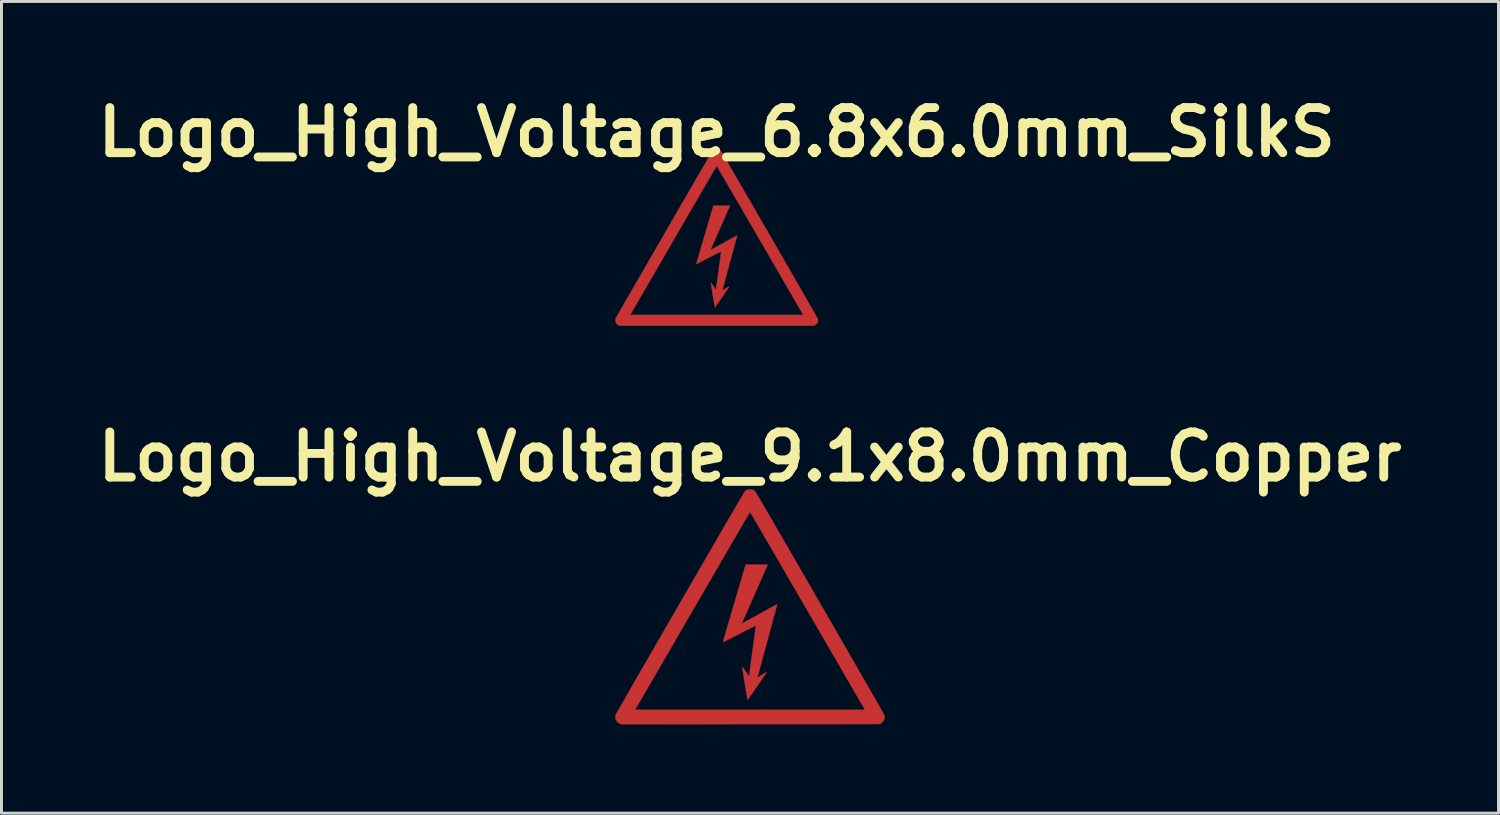
<source format=kicad_pcb>
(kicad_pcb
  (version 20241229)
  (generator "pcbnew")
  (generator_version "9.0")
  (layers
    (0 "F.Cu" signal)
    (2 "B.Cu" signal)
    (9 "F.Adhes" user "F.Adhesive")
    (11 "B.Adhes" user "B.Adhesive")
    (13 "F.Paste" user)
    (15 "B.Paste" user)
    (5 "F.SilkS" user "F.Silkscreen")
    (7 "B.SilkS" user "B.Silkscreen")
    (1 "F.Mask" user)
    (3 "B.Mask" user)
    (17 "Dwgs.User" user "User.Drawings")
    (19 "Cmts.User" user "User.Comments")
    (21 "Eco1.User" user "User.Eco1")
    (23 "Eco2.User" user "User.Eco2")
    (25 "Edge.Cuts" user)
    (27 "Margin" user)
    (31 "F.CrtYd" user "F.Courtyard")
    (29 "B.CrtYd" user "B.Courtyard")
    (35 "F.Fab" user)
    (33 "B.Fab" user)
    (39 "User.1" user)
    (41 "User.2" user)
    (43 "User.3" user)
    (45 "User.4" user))
  (footprint "Logo_High_Voltage_6.8x6.0mm_SilkS"
    (layer "F.Cu")
    (at 21.162 4.974)
    (property "Reference" "Logo_High_Voltage_6.8x6.0mm_SilkS" (at 0 -3.556 0) (layer "F.SilkS") (effects (font (size 1.524 1.524) (thickness 0.3))))
    (attr exclude_from_pos_files exclude_from_bom)
    (fp_poly (pts (xy 0.436 -1.046) (xy 0.426 -1.025) (xy 0.413 -0.995) (xy 0.397 -0.958) (xy 0.377 -0.913) (xy 0.354 -0.862) (xy 0.329 -0.805) (xy 0.302 -0.743) (xy 0.273 -0.677) (xy 0.242 -0.608) (xy 0.21 -0.536) (xy 0.178 -0.462) (xy 0.144 -0.386) (xy 0.111 -0.31) (xy 0.077 -0.234) (xy 0.044 -0.159) (xy 0.012 -0.085) (xy -0.019 -0.014) (xy -0.049 0.054) (xy -0.078 0.118) (xy -0.104 0.178) (xy -0.128 0.233) (xy -0.15 0.281) (xy -0.168 0.323) (xy -0.183 0.358) (xy -0.195 0.384) (xy -0.202 0.402) (xy -0.206 0.41) (xy -0.206 0.41) (xy -0.208 0.419) (xy -0.207 0.421) (xy -0.201 0.418) (xy -0.187 0.409) (xy -0.164 0.397) (xy -0.134 0.38) (xy -0.097 0.36) (xy -0.055 0.337) (xy -0.008 0.311) (xy 0.042 0.283) (xy 0.096 0.254) (xy 0.151 0.223) (xy 0.208 0.192) (xy 0.265 0.161) (xy 0.321 0.13) (xy 0.375 0.1) (xy 0.427 0.071) (xy 0.476 0.045) (xy 0.521 0.02) (xy 0.56 -0.002) (xy 0.594 -0.02) (xy 0.62 -0.035) (xy 0.639 -0.045) (xy 0.641 -0.046) (xy 0.664 -0.059) (xy 0.679 -0.066) (xy 0.687 -0.068) (xy 0.69 -0.067) (xy 0.689 -0.062) (xy 0.689 -0.061) (xy 0.688 -0.054) (xy 0.683 -0.037) (xy 0.676 -0.01) (xy 0.666 0.026) (xy 0.654 0.071) (xy 0.639 0.124) (xy 0.623 0.185) (xy 0.605 0.253) (xy 0.585 0.327) (xy 0.563 0.407) (xy 0.54 0.492) (xy 0.516 0.581) (xy 0.49 0.675) (xy 0.464 0.772) (xy 0.437 0.87) (xy 0.41 0.969) (xy 0.384 1.066) (xy 0.359 1.159) (xy 0.335 1.248) (xy 0.312 1.332) (xy 0.29 1.411) (xy 0.271 1.484) (xy 0.253 1.551) (xy 0.237 1.611) (xy 0.223 1.663) (xy 0.211 1.707) (xy 0.202 1.742) (xy 0.195 1.768) (xy 0.191 1.784) (xy 0.19 1.79) (xy 0.195 1.787) (xy 0.208 1.78) (xy 0.228 1.768) (xy 0.254 1.752) (xy 0.284 1.734) (xy 0.301 1.723) (xy 0.339 1.7) (xy 0.369 1.682) (xy 0.391 1.669) (xy 0.407 1.661) (xy 0.416 1.657) (xy 0.421 1.657) (xy 0.422 1.66) (xy 0.421 1.662) (xy 0.417 1.668) (xy 0.408 1.682) (xy 0.393 1.704) (xy 0.374 1.732) (xy 0.351 1.767) (xy 0.324 1.805) (xy 0.295 1.848) (xy 0.263 1.894) (xy 0.23 1.942) (xy 0.196 1.992) (xy 0.162 2.041) (xy 0.128 2.091) (xy 0.095 2.138) (xy 0.063 2.184) (xy 0.034 2.226) (xy 0.007 2.264) (xy -0.016 2.297) (xy -0.035 2.325) (xy -0.05 2.345) (xy -0.059 2.358) (xy -0.063 2.363) (xy -0.064 2.357) (xy -0.067 2.341) (xy -0.072 2.316) (xy -0.078 2.282) (xy -0.085 2.241) (xy -0.093 2.192) (xy -0.102 2.138) (xy -0.111 2.078) (xy -0.122 2.015) (xy -0.131 1.958) (xy -0.141 1.891) (xy -0.152 1.827) (xy -0.161 1.767) (xy -0.17 1.712) (xy -0.178 1.663) (xy -0.185 1.621) (xy -0.191 1.586) (xy -0.195 1.56) (xy -0.197 1.544) (xy -0.198 1.538) (xy -0.198 1.528) (xy -0.195 1.524) (xy -0.19 1.529) (xy -0.18 1.541) (xy -0.165 1.561) (xy -0.147 1.586) (xy -0.127 1.615) (xy -0.114 1.634) (xy -0.092 1.666) (xy -0.072 1.694) (xy -0.055 1.719) (xy -0.042 1.738) (xy -0.033 1.749) (xy -0.031 1.752) (xy -0.025 1.757) (xy -0.023 1.753) (xy -0.023 1.751) (xy -0.022 1.744) (xy -0.02 1.727) (xy -0.016 1.699) (xy -0.011 1.663) (xy -0.006 1.618) (xy 0.002 1.566) (xy 0.01 1.507) (xy 0.018 1.441) (xy 0.028 1.37) (xy 0.038 1.295) (xy 0.049 1.215) (xy 0.06 1.132) (xy 0.063 1.113) (xy 0.074 1.029) (xy 0.085 0.949) (xy 0.096 0.872) (xy 0.105 0.8) (xy 0.114 0.733) (xy 0.122 0.673) (xy 0.129 0.619) (xy 0.135 0.573) (xy 0.14 0.534) (xy 0.144 0.505) (xy 0.146 0.486) (xy 0.147 0.477) (xy 0.147 0.476) (xy 0.142 0.477) (xy 0.128 0.483) (xy 0.103 0.494) (xy 0.07 0.51) (xy 0.026 0.532) (xy -0.027 0.558) (xy -0.09 0.59) (xy -0.163 0.628) (xy -0.246 0.67) (xy -0.27 0.683) (xy -0.334 0.716) (xy -0.395 0.747) (xy -0.453 0.776) (xy -0.506 0.803) (xy -0.553 0.828) (xy -0.595 0.849) (xy -0.63 0.866) (xy -0.657 0.88) (xy -0.677 0.889) (xy -0.687 0.894) (xy -0.689 0.894) (xy -0.688 0.89) (xy -0.685 0.878) (xy -0.679 0.858) (xy -0.671 0.83) (xy -0.661 0.793) (xy -0.648 0.748) (xy -0.632 0.694) (xy -0.614 0.632) (xy -0.593 0.56) (xy -0.57 0.48) (xy -0.543 0.39) (xy -0.514 0.291) (xy -0.482 0.182) (xy -0.448 0.063) (xy -0.41 -0.066) (xy -0.369 -0.205) (xy -0.325 -0.353) (xy -0.279 -0.513) (xy -0.229 -0.683) (xy -0.176 -0.863) (xy -0.147 -0.96) (xy -0.112 -1.079) (xy 0.45 -1.079) (xy 0.436 -1.046)) (stroke (width 0.01) (type solid)) (fill yes) (layer "F.Cu"))
    (fp_poly (pts (xy 0.034 -2.993) (xy 0.073 -2.982) (xy 0.109 -2.961) (xy 0.125 -2.946) (xy 0.128 -2.942) (xy 0.133 -2.936) (xy 0.14 -2.925) (xy 0.148 -2.911) (xy 0.159 -2.893) (xy 0.173 -2.871) (xy 0.189 -2.845) (xy 0.207 -2.814) (xy 0.228 -2.778) (xy 0.252 -2.738) (xy 0.279 -2.692) (xy 0.309 -2.641) (xy 0.342 -2.584) (xy 0.379 -2.521) (xy 0.419 -2.453) (xy 0.462 -2.378) (xy 0.51 -2.297) (xy 0.561 -2.209) (xy 0.616 -2.114) (xy 0.675 -2.012) (xy 0.738 -1.903) (xy 0.805 -1.786) (xy 0.877 -1.661) (xy 0.954 -1.529) (xy 1.035 -1.389) (xy 1.121 -1.24) (xy 1.212 -1.082) (xy 1.308 -0.916) (xy 1.409 -0.741) (xy 1.516 -0.557) (xy 1.628 -0.363) (xy 1.745 -0.159) (xy 1.781 -0.097) (xy 1.909 0.125) (xy 2.033 0.339) (xy 2.151 0.545) (xy 2.265 0.741) (xy 2.373 0.929) (xy 2.476 1.108) (xy 2.574 1.278) (xy 2.667 1.439) (xy 2.754 1.591) (xy 2.836 1.734) (xy 2.913 1.867) (xy 2.985 1.992) (xy 3.051 2.107) (xy 3.112 2.213) (xy 3.167 2.31) (xy 3.217 2.398) (xy 3.262 2.476) (xy 3.301 2.544) (xy 3.334 2.603) (xy 3.362 2.652) (xy 3.384 2.692) (xy 3.401 2.722) (xy 3.412 2.742) (xy 3.417 2.752) (xy 3.418 2.754) (xy 3.423 2.795) (xy 3.418 2.836) (xy 3.404 2.876) (xy 3.381 2.912) (xy 3.351 2.942) (xy 3.317 2.963) (xy 3.291 2.977) (xy 0.002 2.978) (xy -3.286 2.98) (xy -3.321 2.962) (xy -3.359 2.937) (xy -3.388 2.906) (xy -3.41 2.869) (xy -3.422 2.828) (xy -3.424 2.786) (xy -3.416 2.743) (xy -3.414 2.737) (xy -3.41 2.73) (xy -3.401 2.713) (xy -3.387 2.687) (xy -3.367 2.652) (xy -3.345 2.614) (xy -2.924 2.614) (xy 2.924 2.614) (xy 2.908 2.587) (xy 2.904 2.58) (xy 2.894 2.564) (xy 2.88 2.539) (xy 2.86 2.504) (xy 2.835 2.461) (xy 2.805 2.41) (xy 2.77 2.35) (xy 2.731 2.283) (xy 2.688 2.208) (xy 2.64 2.126) (xy 2.588 2.037) (xy 2.533 1.941) (xy 2.474 1.84) (xy 2.412 1.732) (xy 2.346 1.618) (xy 2.277 1.5) (xy 2.205 1.376) (xy 2.13 1.247) (xy 2.053 1.113) (xy 1.973 0.976) (xy 1.891 0.835) (xy 1.807 0.69) (xy 1.721 0.541) (xy 1.633 0.39) (xy 1.544 0.236) (xy 1.453 0.08) (xy 1.449 0.071) (xy 1.358 -0.085) (xy 1.269 -0.239) (xy 1.181 -0.39) (xy 1.095 -0.538) (xy 1.011 -0.682) (xy 0.929 -0.823) (xy 0.85 -0.96) (xy 0.773 -1.093) (xy 0.698 -1.221) (xy 0.627 -1.344) (xy 0.558 -1.462) (xy 0.492 -1.575) (xy 0.43 -1.682) (xy 0.371 -1.783) (xy 0.316 -1.878) (xy 0.265 -1.966) (xy 0.218 -2.047) (xy 0.175 -2.121) (xy 0.136 -2.187) (xy 0.102 -2.246) (xy 0.072 -2.296) (xy 0.047 -2.338) (xy 0.027 -2.372) (xy 0.013 -2.396) (xy 0.004 -2.412) (xy 0.000034 -2.417) (xy -0.000013 -2.417) (xy -0.003 -2.412) (xy -0.012 -2.398) (xy -0.026 -2.374) (xy -0.045 -2.341) (xy -0.07 -2.3) (xy -0.099 -2.25) (xy -0.133 -2.192) (xy -0.171 -2.126) (xy -0.214 -2.053) (xy -0.261 -1.972) (xy -0.312 -1.885) (xy -0.367 -1.791) (xy -0.425 -1.69) (xy -0.487 -1.584) (xy -0.553 -1.472) (xy -0.621 -1.354) (xy -0.692 -1.231) (xy -0.767 -1.103) (xy -0.844 -0.971) (xy -0.923 -0.835) (xy -1.005 -0.694) (xy -1.088 -0.55) (xy -1.174 -0.402) (xy -1.262 -0.251) (xy -1.351 -0.098) (xy -1.441 0.058) (xy -1.449 0.071) (xy -1.539 0.228) (xy -1.629 0.382) (xy -1.717 0.533) (xy -1.803 0.682) (xy -1.887 0.827) (xy -1.969 0.969) (xy -2.049 1.106) (xy -2.126 1.24) (xy -2.201 1.369) (xy -2.273 1.493) (xy -2.342 1.612) (xy -2.408 1.726) (xy -2.471 1.834) (xy -2.53 1.936) (xy -2.586 2.032) (xy -2.637 2.121) (xy -2.685 2.204) (xy -2.729 2.279) (xy -2.768 2.347) (xy -2.803 2.407) (xy -2.833 2.459) (xy -2.858 2.502) (xy -2.879 2.537) (xy -2.894 2.563) (xy -2.903 2.58) (xy -2.908 2.587) (xy -2.908 2.587) (xy -2.924 2.614) (xy -3.345 2.614) (xy -3.343 2.609) (xy -3.313 2.558) (xy -3.279 2.499) (xy -3.241 2.432) (xy -3.199 2.358) (xy -3.153 2.277) (xy -3.103 2.19) (xy -3.049 2.097) (xy -2.992 1.998) (xy -2.932 1.894) (xy -2.869 1.784) (xy -2.803 1.67) (xy -2.735 1.551) (xy -2.664 1.428) (xy -2.591 1.302) (xy -2.516 1.172) (xy -2.439 1.039) (xy -2.361 0.903) (xy -2.281 0.765) (xy -2.2 0.624) (xy -2.118 0.482) (xy -2.036 0.339) (xy -1.952 0.195) (xy -1.868 0.05) (xy -1.784 -0.096) (xy -1.7 -0.241) (xy -1.616 -0.386) (xy -1.533 -0.531) (xy -1.45 -0.674) (xy -1.368 -0.816) (xy -1.287 -0.956) (xy -1.207 -1.095) (xy -1.128 -1.231) (xy -1.051 -1.364) (xy -0.975 -1.494) (xy -0.902 -1.621) (xy -0.83 -1.745) (xy -0.761 -1.864) (xy -0.695 -1.978) (xy -0.631 -2.088) (xy -0.57 -2.193) (xy -0.512 -2.293) (xy -0.458 -2.387) (xy -0.407 -2.474) (xy -0.359 -2.555) (xy -0.316 -2.63) (xy -0.277 -2.697) (xy -0.242 -2.757) (xy -0.211 -2.809) (xy -0.185 -2.853) (xy -0.164 -2.889) (xy -0.149 -2.915) (xy -0.138 -2.933) (xy -0.133 -2.941) (xy -0.132 -2.941) (xy -0.099 -2.969) (xy -0.061 -2.987) (xy -0.018 -2.995) (xy -0.011 -2.995) (xy 0.034 -2.993)) (stroke (width 0.01) (type solid)) (fill yes) (layer "F.Cu")))
  (footprint "Logo_High_Voltage_9.1x8.0mm_Copper"
    (layer "F.Cu")
    (at 22.287 17.457)
    (property "Reference" "Logo_High_Voltage_9.1x8.0mm_Copper" (at 0 -5.08 0) (layer "F.SilkS") (effects (font (size 1.524 1.524) (thickness 0.3))))
    (attr exclude_from_pos_files exclude_from_bom)
    (fp_poly (pts (xy 0.579 -1.389) (xy 0.566 -1.361) (xy 0.549 -1.322) (xy 0.527 -1.272) (xy 0.501 -1.213) (xy 0.471 -1.145) (xy 0.437 -1.069) (xy 0.401 -0.987) (xy 0.362 -0.9) (xy 0.322 -0.808) (xy 0.28 -0.712) (xy 0.236 -0.613) (xy 0.192 -0.513) (xy 0.147 -0.412) (xy 0.103 -0.311) (xy 0.059 -0.211) (xy 0.016 -0.113) (xy -0.026 -0.019) (xy -0.066 0.072) (xy -0.103 0.157) (xy -0.138 0.236) (xy -0.17 0.309) (xy -0.199 0.374) (xy -0.223 0.429) (xy -0.243 0.475) (xy -0.259 0.51) (xy -0.269 0.533) (xy -0.274 0.544) (xy -0.274 0.544) (xy -0.277 0.556) (xy -0.275 0.559) (xy -0.268 0.555) (xy -0.248 0.544) (xy -0.218 0.527) (xy -0.178 0.505) (xy -0.129 0.478) (xy -0.073 0.448) (xy -0.011 0.413) (xy 0.056 0.376) (xy 0.127 0.337) (xy 0.201 0.297) (xy 0.276 0.255) (xy 0.351 0.214) (xy 0.426 0.173) (xy 0.498 0.133) (xy 0.568 0.095) (xy 0.632 0.059) (xy 0.692 0.027) (xy 0.744 -0.002) (xy 0.788 -0.027) (xy 0.824 -0.046) (xy 0.849 -0.06) (xy 0.852 -0.062) (xy 0.882 -0.078) (xy 0.902 -0.087) (xy 0.912 -0.091) (xy 0.916 -0.089) (xy 0.916 -0.082) (xy 0.916 -0.081) (xy 0.913 -0.072) (xy 0.907 -0.049) (xy 0.898 -0.013) (xy 0.885 0.035) (xy 0.868 0.095) (xy 0.849 0.165) (xy 0.827 0.246) (xy 0.803 0.336) (xy 0.776 0.434) (xy 0.748 0.54) (xy 0.717 0.653) (xy 0.685 0.772) (xy 0.651 0.896) (xy 0.616 1.025) (xy 0.581 1.155) (xy 0.545 1.288) (xy 0.51 1.416) (xy 0.476 1.54) (xy 0.444 1.658) (xy 0.414 1.77) (xy 0.386 1.875) (xy 0.36 1.972) (xy 0.336 2.06) (xy 0.314 2.14) (xy 0.296 2.209) (xy 0.28 2.267) (xy 0.268 2.314) (xy 0.259 2.348) (xy 0.253 2.37) (xy 0.252 2.377) (xy 0.259 2.374) (xy 0.276 2.364) (xy 0.303 2.348) (xy 0.338 2.327) (xy 0.378 2.303) (xy 0.4 2.289) (xy 0.451 2.258) (xy 0.49 2.234) (xy 0.52 2.217) (xy 0.54 2.206) (xy 0.553 2.201) (xy 0.559 2.201) (xy 0.56 2.205) (xy 0.559 2.208) (xy 0.555 2.216) (xy 0.542 2.235) (xy 0.523 2.264) (xy 0.497 2.301) (xy 0.466 2.347) (xy 0.431 2.398) (xy 0.392 2.455) (xy 0.35 2.516) (xy 0.306 2.58) (xy 0.26 2.646) (xy 0.215 2.712) (xy 0.17 2.777) (xy 0.126 2.84) (xy 0.084 2.901) (xy 0.045 2.957) (xy 0.009 3.008) (xy -0.022 3.052) (xy -0.047 3.088) (xy -0.066 3.116) (xy -0.079 3.133) (xy -0.084 3.139) (xy -0.085 3.131) (xy -0.089 3.11) (xy -0.095 3.077) (xy -0.103 3.032) (xy -0.112 2.976) (xy -0.123 2.912) (xy -0.135 2.84) (xy -0.148 2.761) (xy -0.162 2.676) (xy -0.174 2.601) (xy -0.188 2.512) (xy -0.202 2.427) (xy -0.214 2.347) (xy -0.226 2.274) (xy -0.237 2.209) (xy -0.246 2.153) (xy -0.253 2.107) (xy -0.259 2.073) (xy -0.262 2.051) (xy -0.264 2.043) (xy -0.264 2.029) (xy -0.259 2.024) (xy -0.253 2.03) (xy -0.239 2.047) (xy -0.22 2.073) (xy -0.196 2.106) (xy -0.169 2.145) (xy -0.151 2.17) (xy -0.122 2.212) (xy -0.096 2.251) (xy -0.073 2.283) (xy -0.055 2.308) (xy -0.044 2.324) (xy -0.041 2.327) (xy -0.033 2.334) (xy -0.03 2.329) (xy -0.03 2.326) (xy -0.029 2.317) (xy -0.026 2.294) (xy -0.022 2.257) (xy -0.015 2.209) (xy -0.007 2.15) (xy 0.002 2.08) (xy 0.013 2.001) (xy 0.024 1.914) (xy 0.037 1.82) (xy 0.051 1.72) (xy 0.065 1.614) (xy 0.08 1.504) (xy 0.084 1.478) (xy 0.099 1.367) (xy 0.113 1.26) (xy 0.127 1.158) (xy 0.14 1.063) (xy 0.152 0.974) (xy 0.163 0.894) (xy 0.172 0.822) (xy 0.18 0.761) (xy 0.187 0.71) (xy 0.191 0.671) (xy 0.194 0.645) (xy 0.196 0.633) (xy 0.196 0.632) (xy 0.189 0.633) (xy 0.169 0.641) (xy 0.137 0.656) (xy 0.092 0.678) (xy 0.035 0.706) (xy -0.036 0.742) (xy -0.12 0.784) (xy -0.217 0.834) (xy -0.327 0.89) (xy -0.359 0.907) (xy -0.444 0.951) (xy -0.525 0.992) (xy -0.601 1.031) (xy -0.672 1.067) (xy -0.735 1.099) (xy -0.79 1.127) (xy -0.837 1.151) (xy -0.873 1.169) (xy -0.899 1.181) (xy -0.913 1.187) (xy -0.915 1.188) (xy -0.914 1.183) (xy -0.909 1.167) (xy -0.902 1.14) (xy -0.891 1.102) (xy -0.877 1.054) (xy -0.86 0.994) (xy -0.84 0.923) (xy -0.815 0.839) (xy -0.788 0.744) (xy -0.757 0.637) (xy -0.722 0.518) (xy -0.683 0.386) (xy -0.641 0.241) (xy -0.595 0.083) (xy -0.544 -0.087) (xy -0.49 -0.272) (xy -0.432 -0.47) (xy -0.37 -0.681) (xy -0.304 -0.907) (xy -0.233 -1.147) (xy -0.195 -1.276) (xy -0.149 -1.433) (xy 0.598 -1.433) (xy 0.579 -1.389)) (stroke (width 0.01) (type solid)) (fill yes) (layer "F.Cu"))
    (fp_poly (pts (xy 0.045 -3.976) (xy 0.098 -3.961) (xy 0.145 -3.933) (xy 0.166 -3.913) (xy 0.17 -3.909) (xy 0.177 -3.9) (xy 0.185 -3.886) (xy 0.197 -3.867) (xy 0.212 -3.843) (xy 0.23 -3.814) (xy 0.251 -3.779) (xy 0.275 -3.738) (xy 0.303 -3.691) (xy 0.335 -3.637) (xy 0.371 -3.576) (xy 0.411 -3.508) (xy 0.455 -3.433) (xy 0.503 -3.349) (xy 0.556 -3.258) (xy 0.614 -3.159) (xy 0.677 -3.051) (xy 0.745 -2.934) (xy 0.818 -2.808) (xy 0.896 -2.672) (xy 0.98 -2.527) (xy 1.07 -2.372) (xy 1.166 -2.207) (xy 1.267 -2.031) (xy 1.375 -1.845) (xy 1.489 -1.647) (xy 1.61 -1.438) (xy 1.738 -1.217) (xy 1.872 -0.984) (xy 2.014 -0.739) (xy 2.162 -0.482) (xy 2.318 -0.212) (xy 2.366 -0.129) (xy 2.536 0.166) (xy 2.7 0.451) (xy 2.858 0.723) (xy 3.008 0.984) (xy 3.152 1.234) (xy 3.289 1.471) (xy 3.419 1.697) (xy 3.542 1.911) (xy 3.658 2.113) (xy 3.767 2.303) (xy 3.87 2.481) (xy 3.965 2.646) (xy 4.053 2.799) (xy 4.133 2.94) (xy 4.207 3.069) (xy 4.273 3.185) (xy 4.333 3.288) (xy 4.384 3.379) (xy 4.429 3.458) (xy 4.466 3.523) (xy 4.495 3.576) (xy 4.518 3.616) (xy 4.532 3.642) (xy 4.539 3.656) (xy 4.54 3.658) (xy 4.547 3.713) (xy 4.541 3.768) (xy 4.522 3.82) (xy 4.491 3.868) (xy 4.451 3.909) (xy 4.407 3.937) (xy 4.371 3.954) (xy -4.365 3.958) (xy -4.411 3.935) (xy -4.461 3.902) (xy -4.501 3.86) (xy -4.529 3.811) (xy -4.546 3.757) (xy -4.549 3.701) (xy -4.538 3.644) (xy -4.535 3.636) (xy -4.53 3.626) (xy -4.518 3.604) (xy -4.499 3.569) (xy -4.473 3.523) (xy -4.444 3.473) (xy -3.883 3.473) (xy 3.883 3.473) (xy 3.862 3.437) (xy 3.857 3.428) (xy 3.845 3.406) (xy 3.825 3.372) (xy 3.799 3.327) (xy 3.765 3.269) (xy 3.726 3.201) (xy 3.68 3.122) (xy 3.628 3.032) (xy 3.57 2.933) (xy 3.507 2.824) (xy 3.438 2.706) (xy 3.365 2.579) (xy 3.286 2.444) (xy 3.203 2.301) (xy 3.116 2.15) (xy 3.024 1.992) (xy 2.929 1.827) (xy 2.83 1.656) (xy 2.727 1.479) (xy 2.621 1.296) (xy 2.512 1.109) (xy 2.4 0.916) (xy 2.286 0.719) (xy 2.17 0.518) (xy 2.051 0.314) (xy 1.931 0.106) (xy 1.924 0.095) (xy 1.804 -0.113) (xy 1.685 -0.317) (xy 1.569 -0.518) (xy 1.455 -0.714) (xy 1.343 -0.906) (xy 1.235 -1.093) (xy 1.129 -1.275) (xy 1.027 -1.452) (xy 0.928 -1.622) (xy 0.833 -1.786) (xy 0.741 -1.942) (xy 0.654 -2.092) (xy 0.572 -2.234) (xy 0.493 -2.368) (xy 0.42 -2.494) (xy 0.352 -2.611) (xy 0.289 -2.719) (xy 0.232 -2.817) (xy 0.18 -2.905) (xy 0.135 -2.983) (xy 0.095 -3.05) (xy 0.063 -3.106) (xy 0.036 -3.151) (xy 0.017 -3.183) (xy 0.005 -3.203) (xy 0.000046 -3.211) (xy -0.000016 -3.211) (xy -0.004 -3.205) (xy -0.016 -3.185) (xy -0.035 -3.154) (xy -0.06 -3.11) (xy -0.093 -3.055) (xy -0.131 -2.989) (xy -0.176 -2.912) (xy -0.228 -2.825) (xy -0.284 -2.727) (xy -0.347 -2.62) (xy -0.414 -2.504) (xy -0.487 -2.379) (xy -0.565 -2.246) (xy -0.647 -2.104) (xy -0.734 -1.955) (xy -0.825 -1.799) (xy -0.92 -1.635) (xy -1.018 -1.466) (xy -1.121 -1.29) (xy -1.226 -1.109) (xy -1.334 -0.922) (xy -1.446 -0.73) (xy -1.56 -0.534) (xy -1.676 -0.334) (xy -1.794 -0.13) (xy -1.914 0.078) (xy -1.924 0.095) (xy -2.045 0.303) (xy -2.164 0.507) (xy -2.28 0.709) (xy -2.395 0.906) (xy -2.506 1.099) (xy -2.615 1.287) (xy -2.721 1.47) (xy -2.824 1.647) (xy -2.924 1.818) (xy -3.019 1.983) (xy -3.111 2.142) (xy -3.199 2.293) (xy -3.282 2.436) (xy -3.361 2.572) (xy -3.435 2.699) (xy -3.503 2.818) (xy -3.567 2.927) (xy -3.625 3.027) (xy -3.677 3.117) (xy -3.723 3.197) (xy -3.763 3.266) (xy -3.797 3.324) (xy -3.824 3.37) (xy -3.844 3.405) (xy -3.857 3.427) (xy -3.862 3.436) (xy -3.862 3.437) (xy -3.883 3.473) (xy -4.444 3.473) (xy -4.44 3.466) (xy -4.401 3.398) (xy -4.356 3.319) (xy -4.306 3.23) (xy -4.249 3.132) (xy -4.188 3.025) (xy -4.121 2.91) (xy -4.05 2.786) (xy -3.975 2.654) (xy -3.895 2.515) (xy -3.811 2.37) (xy -3.724 2.218) (xy -3.633 2.06) (xy -3.539 1.897) (xy -3.442 1.729) (xy -3.342 1.556) (xy -3.24 1.38) (xy -3.136 1.199) (xy -3.03 1.016) (xy -2.923 0.829) (xy -2.814 0.641) (xy -2.704 0.45) (xy -2.593 0.259) (xy -2.482 0.066) (xy -2.37 -0.127) (xy -2.259 -0.32) (xy -2.147 -0.513) (xy -2.036 -0.705) (xy -1.926 -0.895) (xy -1.817 -1.084) (xy -1.709 -1.271) (xy -1.603 -1.454) (xy -1.498 -1.635) (xy -1.396 -1.812) (xy -1.295 -1.985) (xy -1.198 -2.154) (xy -1.103 -2.317) (xy -1.011 -2.476) (xy -0.923 -2.628) (xy -0.838 -2.774) (xy -0.757 -2.914) (xy -0.68 -3.046) (xy -0.608 -3.17) (xy -0.54 -3.287) (xy -0.477 -3.395) (xy -0.42 -3.493) (xy -0.368 -3.583) (xy -0.321 -3.662) (xy -0.281 -3.732) (xy -0.246 -3.79) (xy -0.218 -3.837) (xy -0.197 -3.873) (xy -0.183 -3.896) (xy -0.176 -3.907) (xy -0.176 -3.907) (xy -0.132 -3.944) (xy -0.081 -3.967) (xy -0.023 -3.978) (xy -0.015 -3.979) (xy 0.045 -3.976)) (stroke (width 0.01) (type solid)) (fill yes) (layer "F.Cu")))
  (gr_rect
    (start -3 -3)
    (end 47.573 24.42)
    (stroke (width 0.1) (type default))
    (fill no)
    (layer "Edge.Cuts")))
</source>
